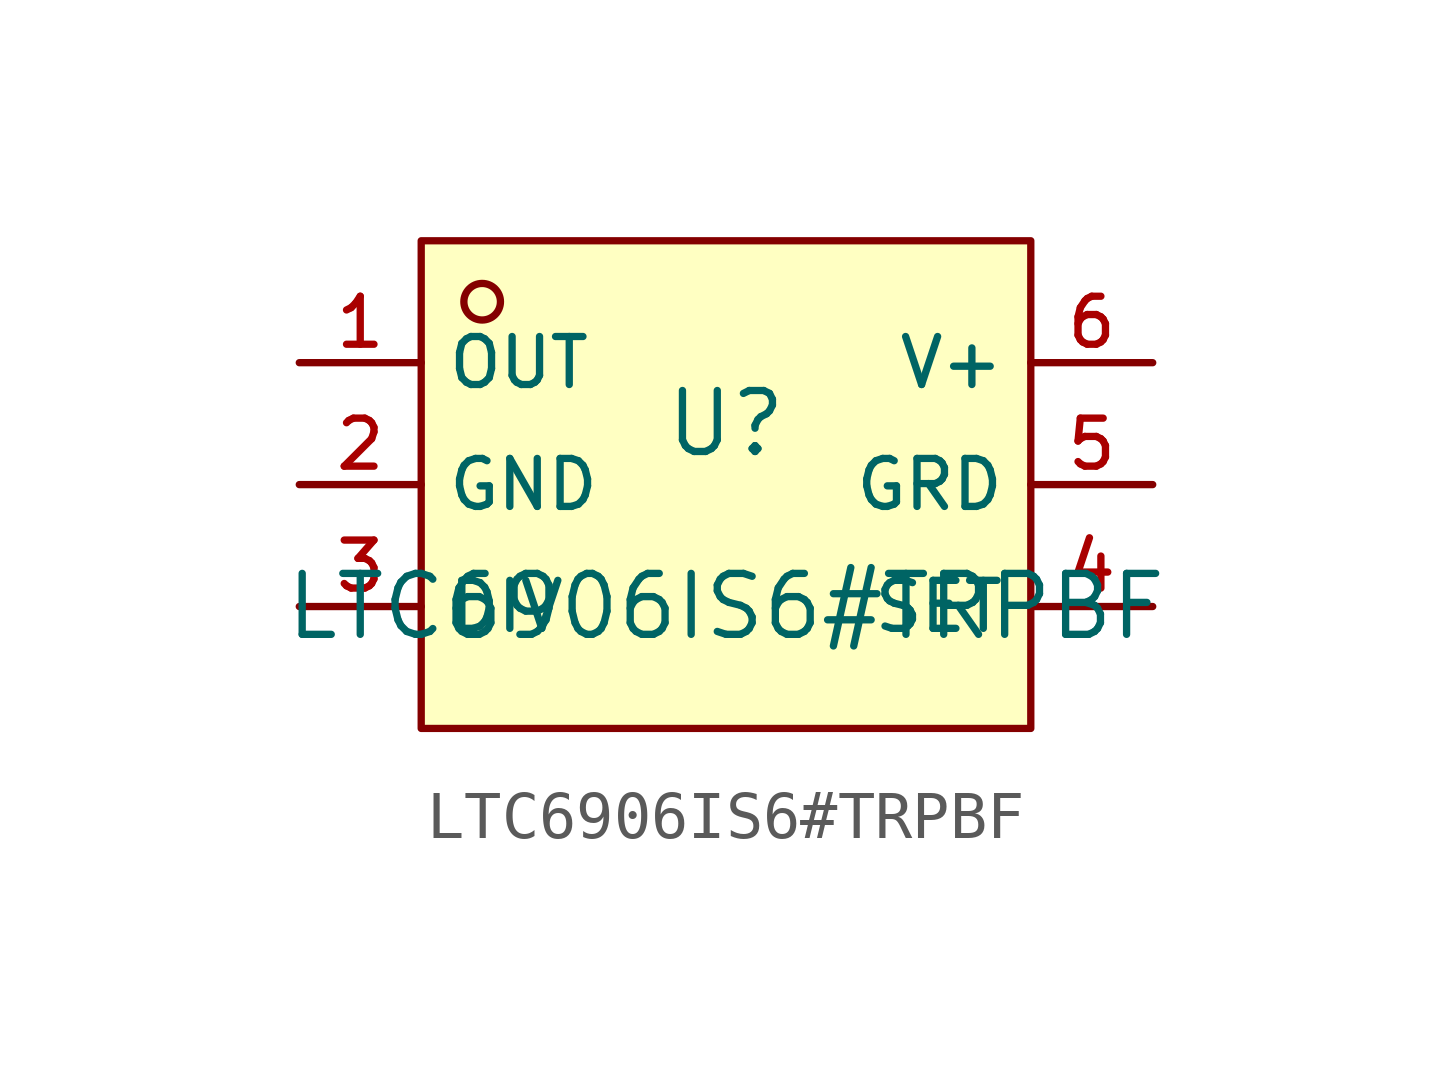
<source format=kicad_sym>
(kicad_symbol_lib
  (version 20210201)
  (generator TousstNicolas/JLC2KiCad_lib)
  (symbol "LTC6906IS6#TRPBF"
    (property "Reference" "U"
      (at 0 1.27 0)
      (effects (font (size 1.27 1.27))))
    (property "Value" "LTC6906IS6#TRPBF"
      (at 0 -2.54 0)
      (effects (font (size 1.27 1.27))))
    (symbol "LTC6906IS6#TRPBF_0_1"
      (rectangle (start -6.35 5.08) (end 6.35 -5.08) (stroke (width 0) (type default) (color 0 0 0 0)) (fill (type background)))
      (circle (center -5.08 3.81) (radius 0.381) (stroke (width 0) (type default) (color 0 0 0 0)) (fill (type background)))
      (pin unspecified line (at -8.89 2.54 0) (length 2.54) (name "OUT" (effects (font (size 1 1)))) (number "1" (effects (font (size 1 1)))))
      (pin unspecified line (at -8.89 -0.0 0) (length 2.54) (name "GND" (effects (font (size 1 1)))) (number "2" (effects (font (size 1 1)))))
      (pin unspecified line (at -8.89 -2.54 0) (length 2.54) (name "DIV" (effects (font (size 1 1)))) (number "3" (effects (font (size 1 1)))))
      (pin unspecified line (at 8.89 -2.54 180) (length 2.54) (name "SET" (effects (font (size 1 1)))) (number "4" (effects (font (size 1 1)))))
      (pin unspecified line (at 8.89 -0.0 180) (length 2.54) (name "GRD" (effects (font (size 1 1)))) (number "5" (effects (font (size 1 1)))))
      (pin unspecified line (at 8.89 2.54 180) (length 2.54) (name "V+" (effects (font (size 1 1)))) (number "6" (effects (font (size 1 1))))))))
</source>
